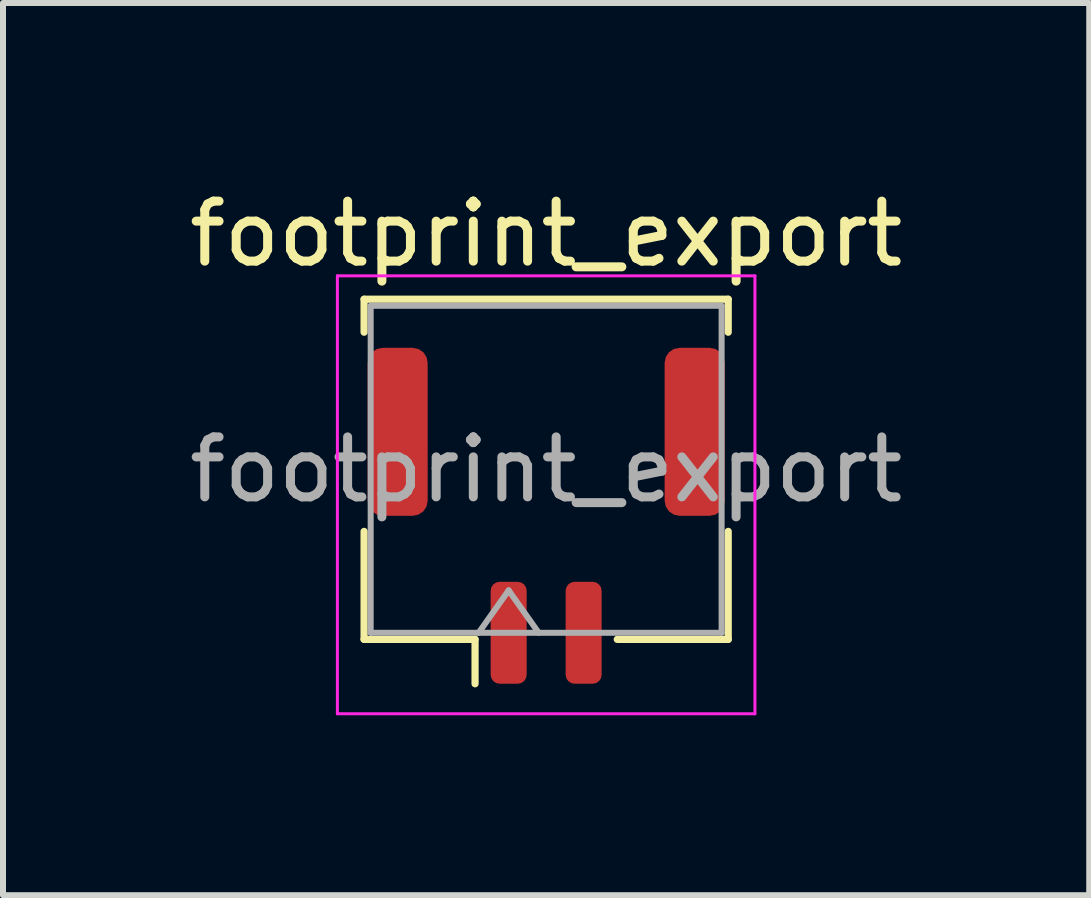
<source format=kicad_pcb>
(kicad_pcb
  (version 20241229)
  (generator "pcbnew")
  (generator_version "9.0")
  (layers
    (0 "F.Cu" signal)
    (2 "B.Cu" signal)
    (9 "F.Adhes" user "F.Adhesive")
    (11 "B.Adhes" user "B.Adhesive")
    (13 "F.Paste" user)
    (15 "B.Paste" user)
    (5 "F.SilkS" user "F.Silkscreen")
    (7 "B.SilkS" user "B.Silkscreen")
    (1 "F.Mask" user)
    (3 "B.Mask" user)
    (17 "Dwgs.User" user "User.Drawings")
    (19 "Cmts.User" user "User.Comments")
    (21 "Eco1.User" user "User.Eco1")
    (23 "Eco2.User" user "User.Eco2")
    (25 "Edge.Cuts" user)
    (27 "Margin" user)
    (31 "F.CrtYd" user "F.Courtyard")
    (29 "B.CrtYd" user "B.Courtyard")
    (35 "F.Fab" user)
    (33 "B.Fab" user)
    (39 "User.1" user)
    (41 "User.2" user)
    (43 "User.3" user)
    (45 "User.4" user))
  (footprint "footprint_export"
    (layer "F.Cu")
    (at 6.054 5.548)
    (property "Reference" "footprint_export" (at 0 -4.7 0) (layer "F.SilkS") (effects (font (size 1 1) (thickness 0.15))))
    (attr smd)
    (fp_line (start -3.035 -3.61) (end 3.035 -3.61) (stroke (width 0.12) (type solid)) (layer "F.SilkS"))
    (fp_line (start -3.035 -3.06) (end -3.035 -3.61) (stroke (width 0.12) (type solid)) (layer "F.SilkS"))
    (fp_line (start -3.035 0.26) (end -3.035 2.06) (stroke (width 0.12) (type solid)) (layer "F.SilkS"))
    (fp_line (start -3.035 2.06) (end -1.185 2.06) (stroke (width 0.12) (type solid)) (layer "F.SilkS"))
    (fp_line (start -1.185 2.06) (end -1.185 2.8) (stroke (width 0.12) (type solid)) (layer "F.SilkS"))
    (fp_line (start 3.035 -3.61) (end 3.035 -3.06) (stroke (width 0.12) (type solid)) (layer "F.SilkS"))
    (fp_line (start 3.035 0.26) (end 3.035 2.06) (stroke (width 0.12) (type solid)) (layer "F.SilkS"))
    (fp_line (start 3.035 2.06) (end 1.185 2.06) (stroke (width 0.12) (type solid)) (layer "F.SilkS"))
    (fp_line (start -3.48 -4) (end -3.48 3.3) (stroke (width 0.05) (type solid)) (layer "F.CrtYd"))
    (fp_line (start -3.48 3.3) (end 3.48 3.3) (stroke (width 0.05) (type solid)) (layer "F.CrtYd"))
    (fp_line (start 3.48 -4) (end -3.48 -4) (stroke (width 0.05) (type solid)) (layer "F.CrtYd"))
    (fp_line (start 3.48 3.3) (end 3.48 -4) (stroke (width 0.05) (type solid)) (layer "F.CrtYd"))
    (fp_line (start -2.925 -3.5) (end 2.925 -3.5) (stroke (width 0.1) (type solid)) (layer "F.Fab"))
    (fp_line (start -2.925 1.95) (end -2.925 -3.5) (stroke (width 0.1) (type solid)) (layer "F.Fab"))
    (fp_line (start -2.925 1.95) (end 2.925 1.95) (stroke (width 0.1) (type solid)) (layer "F.Fab"))
    (fp_line (start -1.125 1.95) (end -0.625 1.243) (stroke (width 0.1) (type solid)) (layer "F.Fab"))
    (fp_line (start -0.625 1.243) (end -0.125 1.95) (stroke (width 0.1) (type solid)) (layer "F.Fab"))
    (fp_line (start 2.925 1.95) (end 2.925 -3.5) (stroke (width 0.1) (type solid)) (layer "F.Fab"))
    (fp_text user "${REFERENCE}" (at 0 -0.77 0) (layer "F.Fab") (effects (font (size 1 1) (thickness 0.15))))
    (pad "1" smd roundrect (at -0.625 1.95) (size 0.6 1.7) (layers "F.Cu" "F.Mask" "F.Paste") (roundrect_rratio 0.25))
    (pad "2" smd roundrect (at 0.625 1.95) (size 0.6 1.7) (layers "F.Cu" "F.Mask" "F.Paste") (roundrect_rratio 0.25))
    (pad "MP" smd roundrect (at -2.475 -1.4) (size 1 2.8) (layers "F.Cu" "F.Mask" "F.Paste") (roundrect_rratio 0.25))
    (pad "MP" smd roundrect (at 2.475 -1.4) (size 1 2.8) (layers "F.Cu" "F.Mask" "F.Paste") (roundrect_rratio 0.25)))
  (gr_rect
    (start -3 -3)
    (end 15.107 11.873)
    (stroke (width 0.1) (type default))
    (fill no)
    (layer "Edge.Cuts")))
</source>
